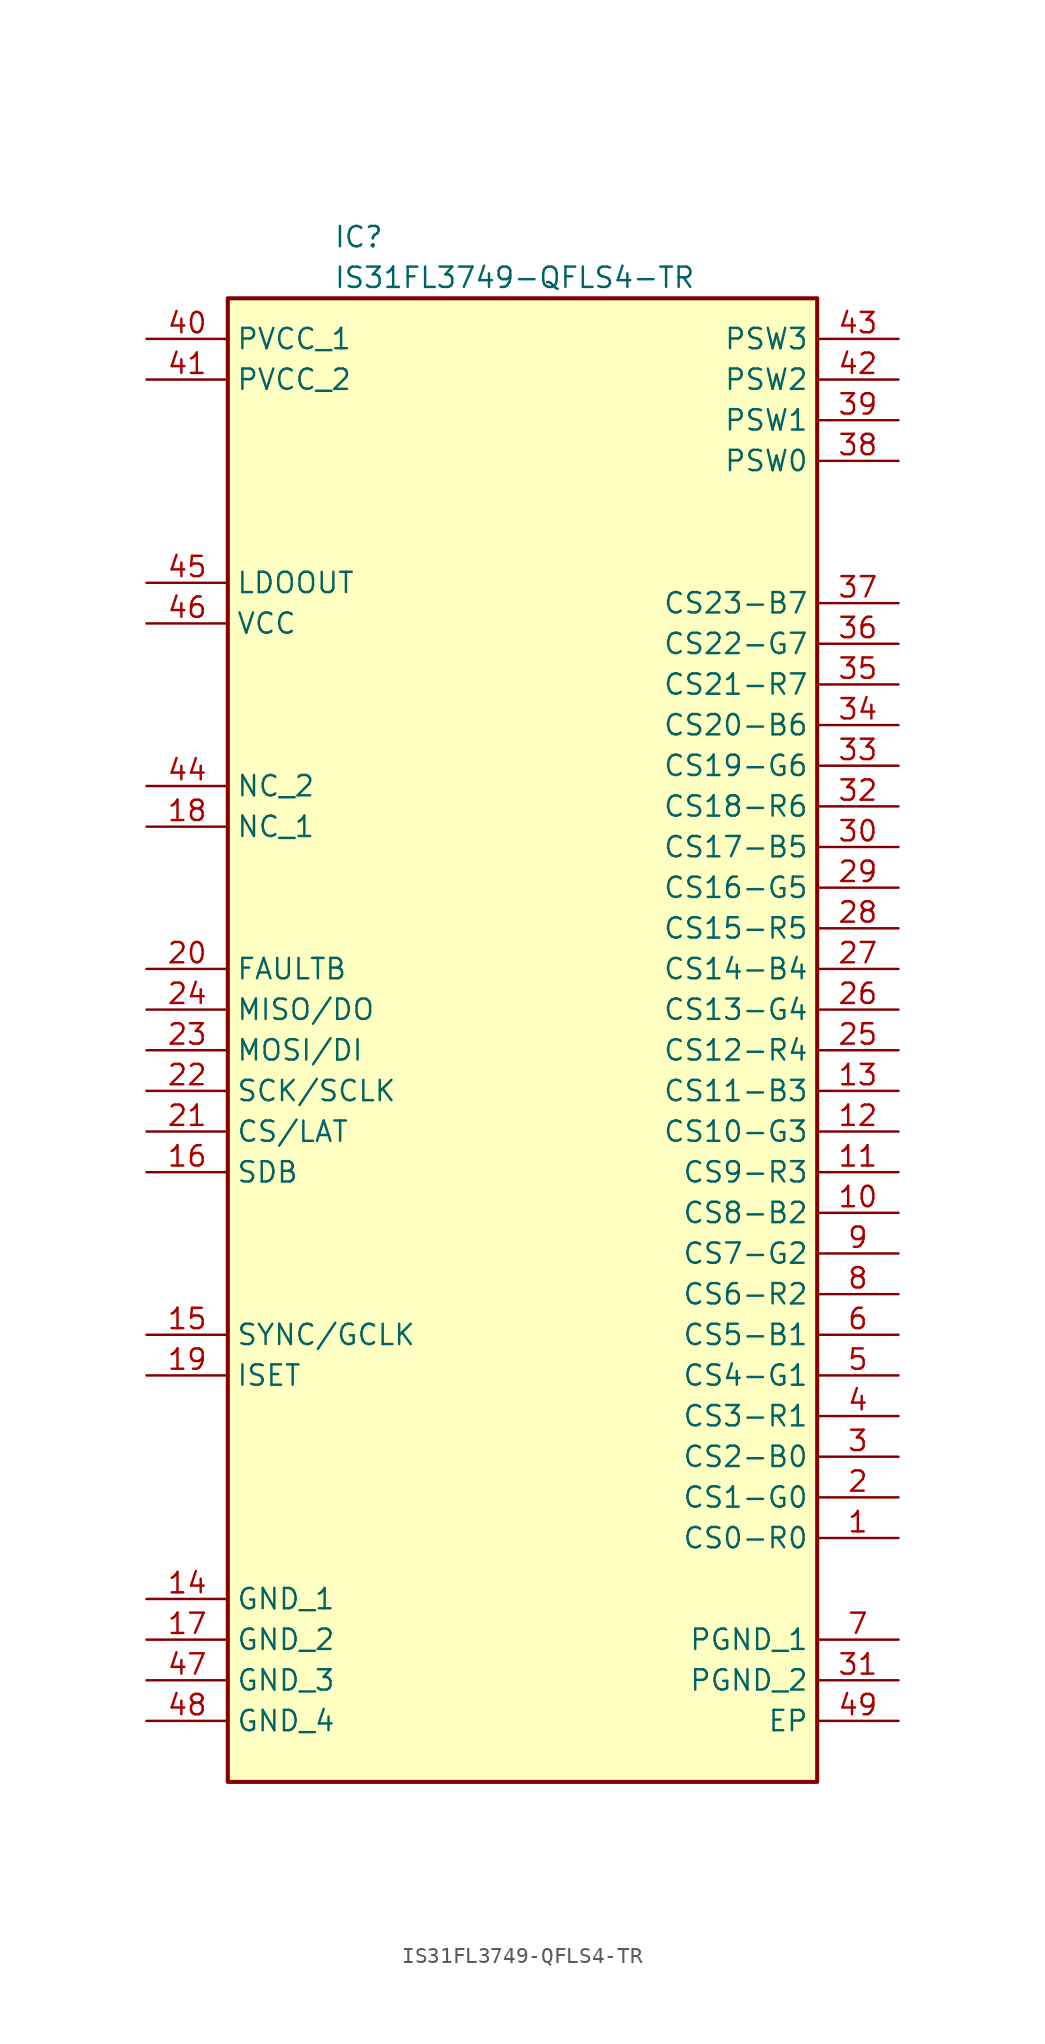
<source format=kicad_sym>
(kicad_symbol_lib
  (version 20231120)
  (generator "kicad_symbol_editor")
  (generator_version "8.0")
  (symbol "IS31FL3749-QFLS4-TR"
    (property "Reference" "IC"
      (at -12.446 28.702 0)
      (effects (font (size 1.27 1.27)) (justify left top)))
    (property "Value" "IS31FL3749-QFLS4-TR"
      (at -12.446 26.162 0)
      (effects (font (size 1.27 1.27)) (justify left top)))
    (symbol "IS31FL3749-QFLS4-TR_1_1"
      (rectangle (start -19.05 24.13) (end 17.78 -68.58) (stroke (width 0.254) (type default)) (fill (type background)))
      (pin passive line (at 22.86 -53.34 180) (length 5.08) (name "CS0-R0" (effects (font (size 1.27 1.27)))) (number "1" (effects (font (size 1.27 1.27)))))
      (pin passive line (at 22.86 -33.02 180) (length 5.08) (name "CS8-B2" (effects (font (size 1.27 1.27)))) (number "10" (effects (font (size 1.27 1.27)))))
      (pin passive line (at 22.86 -30.48 180) (length 5.08) (name "CS9-R3" (effects (font (size 1.27 1.27)))) (number "11" (effects (font (size 1.27 1.27)))))
      (pin passive line (at 22.86 -27.94 180) (length 5.08) (name "CS10-G3" (effects (font (size 1.27 1.27)))) (number "12" (effects (font (size 1.27 1.27)))))
      (pin passive line (at 22.86 -25.4 180) (length 5.08) (name "CS11-B3" (effects (font (size 1.27 1.27)))) (number "13" (effects (font (size 1.27 1.27)))))
      (pin passive line (at -24.13 -57.15 0) (length 5.08) (name "GND_1" (effects (font (size 1.27 1.27)))) (number "14" (effects (font (size 1.27 1.27)))))
      (pin passive line (at -24.13 -40.64 0) (length 5.08) (name "SYNC/GCLK" (effects (font (size 1.27 1.27)))) (number "15" (effects (font (size 1.27 1.27)))))
      (pin passive line (at -24.13 -30.48 0) (length 5.08) (name "SDB" (effects (font (size 1.27 1.27)))) (number "16" (effects (font (size 1.27 1.27)))))
      (pin passive line (at -24.13 -59.69 0) (length 5.08) (name "GND_2" (effects (font (size 1.27 1.27)))) (number "17" (effects (font (size 1.27 1.27)))))
      (pin passive line (at -24.13 -8.89 0) (length 5.08) (name "NC_1" (effects (font (size 1.27 1.27)))) (number "18" (effects (font (size 1.27 1.27)))))
      (pin passive line (at -24.13 -43.18 0) (length 5.08) (name "ISET" (effects (font (size 1.27 1.27)))) (number "19" (effects (font (size 1.27 1.27)))))
      (pin passive line (at 22.86 -50.8 180) (length 5.08) (name "CS1-G0" (effects (font (size 1.27 1.27)))) (number "2" (effects (font (size 1.27 1.27)))))
      (pin passive line (at -24.13 -17.78 0) (length 5.08) (name "FAULTB" (effects (font (size 1.27 1.27)))) (number "20" (effects (font (size 1.27 1.27)))))
      (pin passive line (at -24.13 -27.94 0) (length 5.08) (name "CS/LAT" (effects (font (size 1.27 1.27)))) (number "21" (effects (font (size 1.27 1.27)))))
      (pin passive line (at -24.13 -25.4 0) (length 5.08) (name "SCK/SCLK" (effects (font (size 1.27 1.27)))) (number "22" (effects (font (size 1.27 1.27)))))
      (pin passive line (at -24.13 -22.86 0) (length 5.08) (name "MOSI/DI" (effects (font (size 1.27 1.27)))) (number "23" (effects (font (size 1.27 1.27)))))
      (pin passive line (at -24.13 -20.32 0) (length 5.08) (name "MISO/DO" (effects (font (size 1.27 1.27)))) (number "24" (effects (font (size 1.27 1.27)))))
      (pin passive line (at 22.86 -22.86 180) (length 5.08) (name "CS12-R4" (effects (font (size 1.27 1.27)))) (number "25" (effects (font (size 1.27 1.27)))))
      (pin passive line (at 22.86 -20.32 180) (length 5.08) (name "CS13-G4" (effects (font (size 1.27 1.27)))) (number "26" (effects (font (size 1.27 1.27)))))
      (pin passive line (at 22.86 -17.78 180) (length 5.08) (name "CS14-B4" (effects (font (size 1.27 1.27)))) (number "27" (effects (font (size 1.27 1.27)))))
      (pin passive line (at 22.86 -15.24 180) (length 5.08) (name "CS15-R5" (effects (font (size 1.27 1.27)))) (number "28" (effects (font (size 1.27 1.27)))))
      (pin passive line (at 22.86 -12.7 180) (length 5.08) (name "CS16-G5" (effects (font (size 1.27 1.27)))) (number "29" (effects (font (size 1.27 1.27)))))
      (pin passive line (at 22.86 -48.26 180) (length 5.08) (name "CS2-B0" (effects (font (size 1.27 1.27)))) (number "3" (effects (font (size 1.27 1.27)))))
      (pin passive line (at 22.86 -10.16 180) (length 5.08) (name "CS17-B5" (effects (font (size 1.27 1.27)))) (number "30" (effects (font (size 1.27 1.27)))))
      (pin passive line (at 22.86 -62.23 180) (length 5.08) (name "PGND_2" (effects (font (size 1.27 1.27)))) (number "31" (effects (font (size 1.27 1.27)))))
      (pin passive line (at 22.86 -7.62 180) (length 5.08) (name "CS18-R6" (effects (font (size 1.27 1.27)))) (number "32" (effects (font (size 1.27 1.27)))))
      (pin passive line (at 22.86 -5.08 180) (length 5.08) (name "CS19-G6" (effects (font (size 1.27 1.27)))) (number "33" (effects (font (size 1.27 1.27)))))
      (pin passive line (at 22.86 -2.54 180) (length 5.08) (name "CS20-B6" (effects (font (size 1.27 1.27)))) (number "34" (effects (font (size 1.27 1.27)))))
      (pin passive line (at 22.86 0 180) (length 5.08) (name "CS21-R7" (effects (font (size 1.27 1.27)))) (number "35" (effects (font (size 1.27 1.27)))))
      (pin passive line (at 22.86 2.54 180) (length 5.08) (name "CS22-G7" (effects (font (size 1.27 1.27)))) (number "36" (effects (font (size 1.27 1.27)))))
      (pin passive line (at 22.86 5.08 180) (length 5.08) (name "CS23-B7" (effects (font (size 1.27 1.27)))) (number "37" (effects (font (size 1.27 1.27)))))
      (pin passive line (at 22.86 13.97 180) (length 5.08) (name "PSW0" (effects (font (size 1.27 1.27)))) (number "38" (effects (font (size 1.27 1.27)))))
      (pin passive line (at 22.86 16.51 180) (length 5.08) (name "PSW1" (effects (font (size 1.27 1.27)))) (number "39" (effects (font (size 1.27 1.27)))))
      (pin passive line (at 22.86 -45.72 180) (length 5.08) (name "CS3-R1" (effects (font (size 1.27 1.27)))) (number "4" (effects (font (size 1.27 1.27)))))
      (pin passive line (at -24.13 21.59 0) (length 5.08) (name "PVCC_1" (effects (font (size 1.27 1.27)))) (number "40" (effects (font (size 1.27 1.27)))))
      (pin passive line (at -24.13 19.05 0) (length 5.08) (name "PVCC_2" (effects (font (size 1.27 1.27)))) (number "41" (effects (font (size 1.27 1.27)))))
      (pin passive line (at 22.86 19.05 180) (length 5.08) (name "PSW2" (effects (font (size 1.27 1.27)))) (number "42" (effects (font (size 1.27 1.27)))))
      (pin passive line (at 22.86 21.59 180) (length 5.08) (name "PSW3" (effects (font (size 1.27 1.27)))) (number "43" (effects (font (size 1.27 1.27)))))
      (pin passive line (at -24.13 -6.35 0) (length 5.08) (name "NC_2" (effects (font (size 1.27 1.27)))) (number "44" (effects (font (size 1.27 1.27)))))
      (pin passive line (at -24.13 6.35 0) (length 5.08) (name "LDOOUT" (effects (font (size 1.27 1.27)))) (number "45" (effects (font (size 1.27 1.27)))))
      (pin passive line (at -24.13 3.81 0) (length 5.08) (name "VCC" (effects (font (size 1.27 1.27)))) (number "46" (effects (font (size 1.27 1.27)))))
      (pin passive line (at -24.13 -62.23 0) (length 5.08) (name "GND_3" (effects (font (size 1.27 1.27)))) (number "47" (effects (font (size 1.27 1.27)))))
      (pin passive line (at -24.13 -64.77 0) (length 5.08) (name "GND_4" (effects (font (size 1.27 1.27)))) (number "48" (effects (font (size 1.27 1.27)))))
      (pin passive line (at 22.86 -64.77 180) (length 5.08) (name "EP" (effects (font (size 1.27 1.27)))) (number "49" (effects (font (size 1.27 1.27)))))
      (pin passive line (at 22.86 -43.18 180) (length 5.08) (name "CS4-G1" (effects (font (size 1.27 1.27)))) (number "5" (effects (font (size 1.27 1.27)))))
      (pin passive line (at 22.86 -40.64 180) (length 5.08) (name "CS5-B1" (effects (font (size 1.27 1.27)))) (number "6" (effects (font (size 1.27 1.27)))))
      (pin passive line (at 22.86 -59.69 180) (length 5.08) (name "PGND_1" (effects (font (size 1.27 1.27)))) (number "7" (effects (font (size 1.27 1.27)))))
      (pin passive line (at 22.86 -38.1 180) (length 5.08) (name "CS6-R2" (effects (font (size 1.27 1.27)))) (number "8" (effects (font (size 1.27 1.27)))))
      (pin passive line (at 22.86 -35.56 180) (length 5.08) (name "CS7-G2" (effects (font (size 1.27 1.27)))) (number "9" (effects (font (size 1.27 1.27))))))))
</source>
